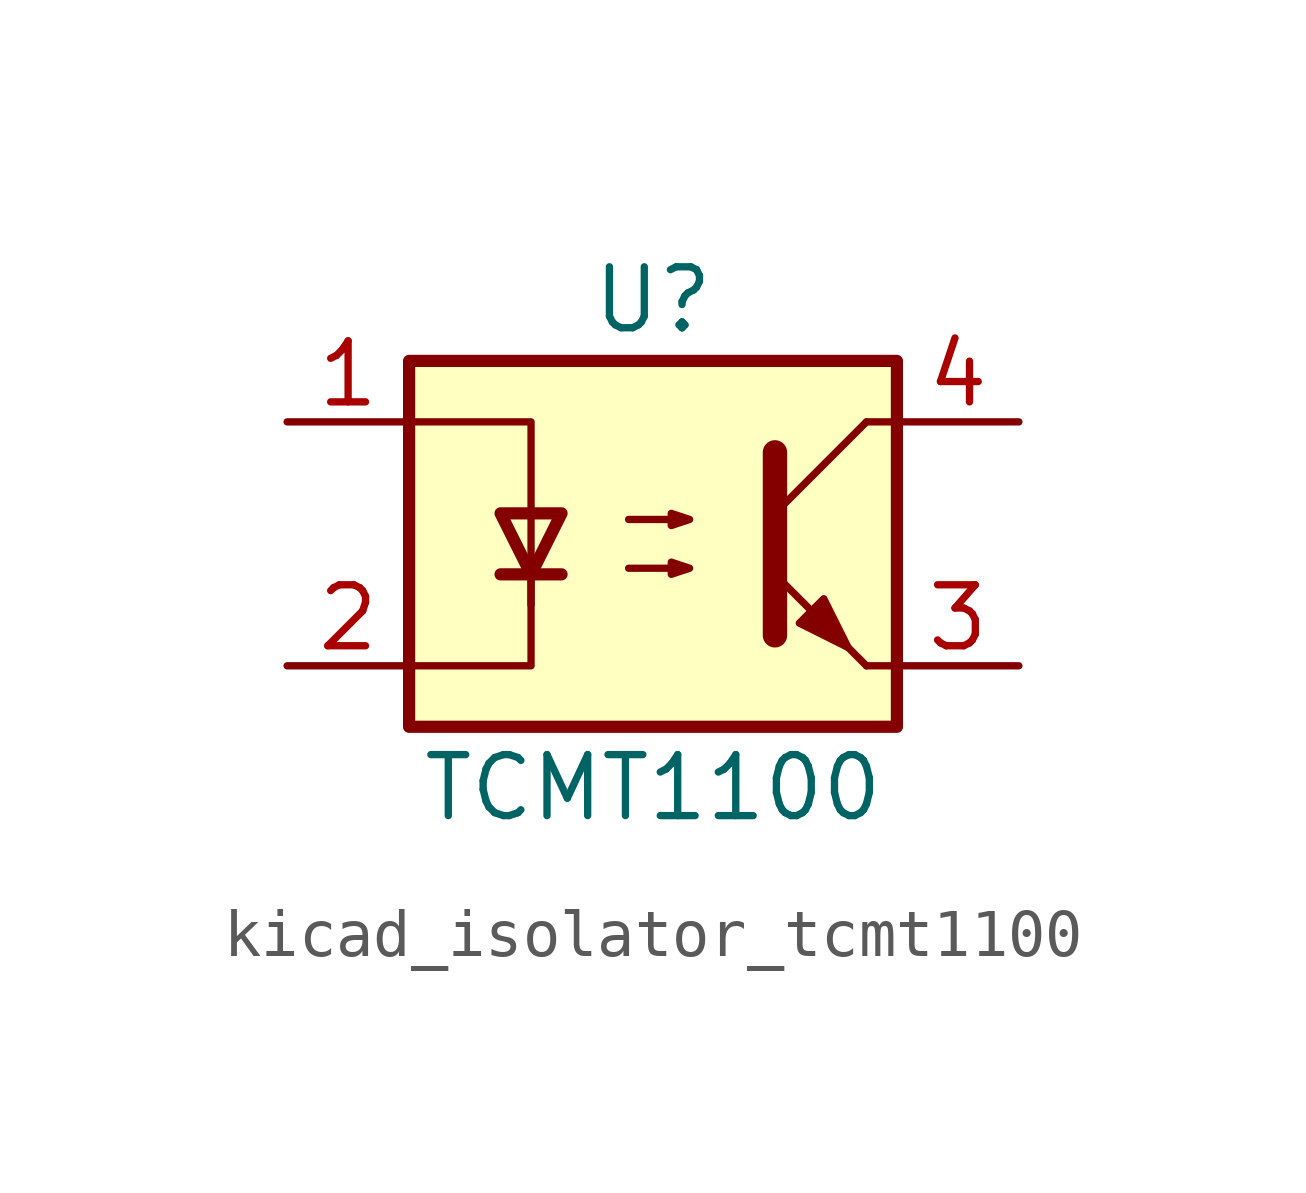
<source format=kicad_sym>
(kicad_symbol_lib
  (version 20220914)
  (generator kicad_symbol_editor)
  (symbol "kicad_isolator_tcmt1100"
    (pin_names
      (offset 1.016))
    (property "Reference" "U"
      (at 0 5.08 0)
      (effects (font (size 1.27 1.27))))
    (property "Value" "TCMT1100"
      (at 0 -5.08 0)
      (effects (font (size 1.27 1.27))))
    (symbol "kicad_isolator_tcmt1100_1_1"
      (rectangle (start -5.08 3.81) (end 5.08 -3.81) (stroke (width 0.254) (type default)) (fill (type background)))
      (polyline (pts (xy -3.175 -0.635) (xy -1.905 -0.635)) (stroke (width 0.254) (type default)) (fill (type none)))
      (polyline (pts (xy 2.54 0.635) (xy 4.445 2.54)) (stroke (width 0) (type default)) (fill (type none)))
      (polyline (pts (xy 4.445 -2.54) (xy 2.54 -0.635)) (stroke (width 0) (type default)) (fill (type outline)))
      (polyline (pts (xy 4.445 -2.54) (xy 5.08 -2.54)) (stroke (width 0) (type default)) (fill (type none)))
      (polyline (pts (xy 4.445 2.54) (xy 5.08 2.54)) (stroke (width 0) (type default)) (fill (type none)))
      (polyline (pts (xy -2.54 -0.635) (xy -2.54 -2.54) (xy -5.08 -2.54)) (stroke (width 0) (type default)) (fill (type none)))
      (polyline (pts (xy 2.54 1.905) (xy 2.54 -1.905) (xy 2.54 -1.905)) (stroke (width 0.508) (type default)) (fill (type none)))
      (polyline (pts (xy -5.08 2.54) (xy -2.54 2.54) (xy -2.54 -1.27) (xy -2.54 0.635)) (stroke (width 0) (type default)) (fill (type none)))
      (polyline (pts (xy -2.54 -0.635) (xy -3.175 0.635) (xy -1.905 0.635) (xy -2.54 -0.635)) (stroke (width 0.254) (type default)) (fill (type none)))
      (polyline (pts (xy -0.508 -0.508) (xy 0.762 -0.508) (xy 0.381 -0.635) (xy 0.381 -0.381) (xy 0.762 -0.508)) (stroke (width 0) (type default)) (fill (type none)))
      (polyline (pts (xy -0.508 0.508) (xy 0.762 0.508) (xy 0.381 0.381) (xy 0.381 0.635) (xy 0.762 0.508)) (stroke (width 0) (type default)) (fill (type none)))
      (polyline (pts (xy 3.048 -1.651) (xy 3.556 -1.143) (xy 4.064 -2.159) (xy 3.048 -1.651) (xy 3.048 -1.651)) (stroke (width 0) (type default)) (fill (type outline)))
      (pin passive line (at -7.62 2.54 0) (length 2.54) (name "~" (effects (font (size 1.27 1.27)))) (number "1" (effects (font (size 1.27 1.27)))))
      (pin passive line (at -7.62 -2.54 0) (length 2.54) (name "~" (effects (font (size 1.27 1.27)))) (number "2" (effects (font (size 1.27 1.27)))))
      (pin passive line (at 7.62 -2.54 180) (length 2.54) (name "~" (effects (font (size 1.27 1.27)))) (number "3" (effects (font (size 1.27 1.27)))))
      (pin passive line (at 7.62 2.54 180) (length 2.54) (name "~" (effects (font (size 1.27 1.27)))) (number "4" (effects (font (size 1.27 1.27))))))))
</source>
